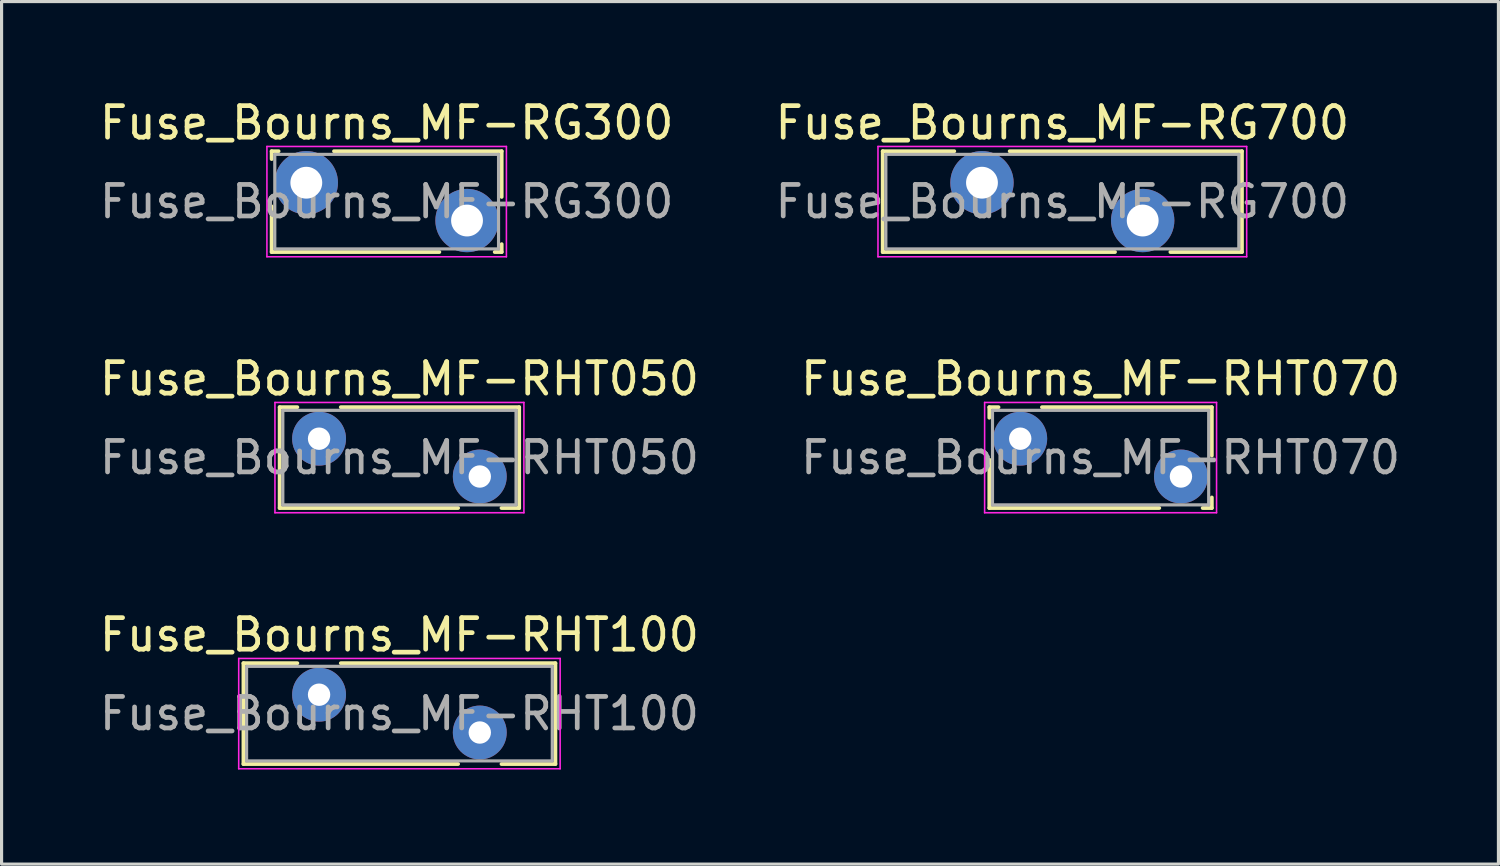
<source format=kicad_pcb>
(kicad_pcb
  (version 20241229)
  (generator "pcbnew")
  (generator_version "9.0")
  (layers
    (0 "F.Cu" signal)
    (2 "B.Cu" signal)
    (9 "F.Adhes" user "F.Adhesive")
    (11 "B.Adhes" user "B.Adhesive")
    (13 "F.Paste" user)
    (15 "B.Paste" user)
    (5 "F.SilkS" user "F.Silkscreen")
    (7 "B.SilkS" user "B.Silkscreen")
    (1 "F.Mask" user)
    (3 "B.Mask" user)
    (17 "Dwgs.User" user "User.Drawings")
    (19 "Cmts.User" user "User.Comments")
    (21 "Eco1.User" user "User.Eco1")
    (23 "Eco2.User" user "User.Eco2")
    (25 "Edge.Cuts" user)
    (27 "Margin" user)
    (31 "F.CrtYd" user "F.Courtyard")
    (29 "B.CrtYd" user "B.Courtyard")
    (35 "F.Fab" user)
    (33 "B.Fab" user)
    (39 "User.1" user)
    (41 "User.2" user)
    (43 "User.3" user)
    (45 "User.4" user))
  (footprint "Fuse_Bourns_MF-RHT050"
    (layer "F.Cu")
    (at 7.075 10.871)
    (property "Reference" "Fuse_Bourns_MF-RHT050" (at 2.55 -1.9 0) (layer "F.SilkS") (effects (font (size 1 1) (thickness 0.15))))
    (attr through_hole)
    (fp_line (start -1.251 -1) (end -1.251 2.2) (stroke (width 0.12) (type solid)) (layer "F.SilkS"))
    (fp_line (start -1.251 -1) (end -0.689 -1) (stroke (width 0.12) (type solid)) (layer "F.SilkS"))
    (fp_line (start -1.251 2.2) (end 4.412 2.2) (stroke (width 0.12) (type solid)) (layer "F.SilkS"))
    (fp_line (start 0.689 -1) (end 6.35 -1) (stroke (width 0.12) (type solid)) (layer "F.SilkS"))
    (fp_line (start 5.789 2.2) (end 6.35 2.2) (stroke (width 0.12) (type solid)) (layer "F.SilkS"))
    (fp_line (start 6.35 -1) (end 6.35 2.2) (stroke (width 0.12) (type solid)) (layer "F.SilkS"))
    (fp_line (start -1.4 -1.15) (end -1.4 2.35) (stroke (width 0.05) (type solid)) (layer "F.CrtYd"))
    (fp_line (start -1.4 2.35) (end 6.5 2.35) (stroke (width 0.05) (type solid)) (layer "F.CrtYd"))
    (fp_line (start 6.5 -1.15) (end -1.4 -1.15) (stroke (width 0.05) (type solid)) (layer "F.CrtYd"))
    (fp_line (start 6.5 2.35) (end 6.5 -1.15) (stroke (width 0.05) (type solid)) (layer "F.CrtYd"))
    (fp_line (start -1.15 -0.9) (end -1.15 2.1) (stroke (width 0.1) (type solid)) (layer "F.Fab"))
    (fp_line (start -1.15 2.1) (end 6.25 2.1) (stroke (width 0.1) (type solid)) (layer "F.Fab"))
    (fp_line (start 6.25 -0.9) (end -1.15 -0.9) (stroke (width 0.1) (type solid)) (layer "F.Fab"))
    (fp_line (start 6.25 2.1) (end 6.25 -0.9) (stroke (width 0.1) (type solid)) (layer "F.Fab"))
    (fp_text user "${REFERENCE}" (at 2.55 0.6 0) (layer "F.Fab") (effects (font (size 1 1) (thickness 0.15))))
    (pad "1" thru_hole circle (at 0 0) (size 1.71 1.71) (drill 0.71) (layers "*.Cu" "*.Mask"))
    (pad "2" thru_hole circle (at 5.1 1.2) (size 1.71 1.71) (drill 0.71) (layers "*.Cu" "*.Mask")))
  (footprint "Fuse_Bourns_MF-RG300"
    (layer "F.Cu")
    (at 6.67 2.748)
    (property "Reference" "Fuse_Bourns_MF-RG300" (at 2.55 -1.9 0) (layer "F.SilkS") (effects (font (size 1 1) (thickness 0.15))))
    (attr through_hole)
    (fp_line (start -1.1 -1) (end -1.1 -0.75) (stroke (width 0.12) (type solid)) (layer "F.SilkS"))
    (fp_line (start -1.1 -1) (end -0.879 -1) (stroke (width 0.12) (type solid)) (layer "F.SilkS"))
    (fp_line (start -1.1 0.75) (end -1.1 2.2) (stroke (width 0.12) (type solid)) (layer "F.SilkS"))
    (fp_line (start -1.1 2.2) (end 4.222 2.2) (stroke (width 0.12) (type solid)) (layer "F.SilkS"))
    (fp_line (start 0.879 -1) (end 6.2 -1) (stroke (width 0.12) (type solid)) (layer "F.SilkS"))
    (fp_line (start 5.979 2.2) (end 6.2 2.2) (stroke (width 0.12) (type solid)) (layer "F.SilkS"))
    (fp_line (start 6.2 -1) (end 6.2 0.451) (stroke (width 0.12) (type solid)) (layer "F.SilkS"))
    (fp_line (start 6.2 1.95) (end 6.2 2.2) (stroke (width 0.12) (type solid)) (layer "F.SilkS"))
    (fp_line (start -1.25 -1.15) (end -1.25 2.35) (stroke (width 0.05) (type solid)) (layer "F.CrtYd"))
    (fp_line (start -1.25 2.35) (end 6.35 2.35) (stroke (width 0.05) (type solid)) (layer "F.CrtYd"))
    (fp_line (start 6.35 -1.15) (end -1.25 -1.15) (stroke (width 0.05) (type solid)) (layer "F.CrtYd"))
    (fp_line (start 6.35 2.35) (end 6.35 -1.15) (stroke (width 0.05) (type solid)) (layer "F.CrtYd"))
    (fp_line (start -1 -0.9) (end -1 2.1) (stroke (width 0.1) (type solid)) (layer "F.Fab"))
    (fp_line (start -1 2.1) (end 6.1 2.1) (stroke (width 0.1) (type solid)) (layer "F.Fab"))
    (fp_line (start 6.1 -0.9) (end -1 -0.9) (stroke (width 0.1) (type solid)) (layer "F.Fab"))
    (fp_line (start 6.1 2.1) (end 6.1 -0.9) (stroke (width 0.1) (type solid)) (layer "F.Fab"))
    (fp_text user "${REFERENCE}" (at 2.55 0.6 0) (layer "F.Fab") (effects (font (size 1 1) (thickness 0.15))))
    (pad "1" thru_hole circle (at 0 0) (size 2.01 2.01) (drill 1.01) (layers "*.Cu" "*.Mask"))
    (pad "2" thru_hole circle (at 5.1 1.2) (size 2.01 2.01) (drill 1.01) (layers "*.Cu" "*.Mask")))
  (footprint "Fuse_Bourns_MF-RHT070"
    (layer "F.Cu")
    (at 29.325 10.871)
    (property "Reference" "Fuse_Bourns_MF-RHT070" (at 2.55 -1.9 0) (layer "F.SilkS") (effects (font (size 1 1) (thickness 0.15))))
    (attr through_hole)
    (fp_line (start -0.981 -1) (end -0.981 -0.665) (stroke (width 0.12) (type solid)) (layer "F.SilkS"))
    (fp_line (start -0.981 -1) (end -0.689 -1) (stroke (width 0.12) (type solid)) (layer "F.SilkS"))
    (fp_line (start -0.981 0.665) (end -0.981 2.2) (stroke (width 0.12) (type solid)) (layer "F.SilkS"))
    (fp_line (start -0.981 2.2) (end 4.412 2.2) (stroke (width 0.12) (type solid)) (layer "F.SilkS"))
    (fp_line (start 0.689 -1) (end 6.08 -1) (stroke (width 0.12) (type solid)) (layer "F.SilkS"))
    (fp_line (start 5.789 2.2) (end 6.08 2.2) (stroke (width 0.12) (type solid)) (layer "F.SilkS"))
    (fp_line (start 6.08 -1) (end 6.08 0.536) (stroke (width 0.12) (type solid)) (layer "F.SilkS"))
    (fp_line (start 6.08 1.865) (end 6.08 2.2) (stroke (width 0.12) (type solid)) (layer "F.SilkS"))
    (fp_line (start -1.13 -1.15) (end -1.13 2.35) (stroke (width 0.05) (type solid)) (layer "F.CrtYd"))
    (fp_line (start -1.13 2.35) (end 6.23 2.35) (stroke (width 0.05) (type solid)) (layer "F.CrtYd"))
    (fp_line (start 6.23 -1.15) (end -1.13 -1.15) (stroke (width 0.05) (type solid)) (layer "F.CrtYd"))
    (fp_line (start 6.23 2.35) (end 6.23 -1.15) (stroke (width 0.05) (type solid)) (layer "F.CrtYd"))
    (fp_line (start -0.88 -0.9) (end -0.88 2.1) (stroke (width 0.1) (type solid)) (layer "F.Fab"))
    (fp_line (start -0.88 2.1) (end 5.98 2.1) (stroke (width 0.1) (type solid)) (layer "F.Fab"))
    (fp_line (start 5.98 -0.9) (end -0.88 -0.9) (stroke (width 0.1) (type solid)) (layer "F.Fab"))
    (fp_line (start 5.98 2.1) (end 5.98 -0.9) (stroke (width 0.1) (type solid)) (layer "F.Fab"))
    (fp_text user "${REFERENCE}" (at 2.55 0.6 0) (layer "F.Fab") (effects (font (size 1 1) (thickness 0.15))))
    (pad "1" thru_hole circle (at 0 0) (size 1.71 1.71) (drill 0.71) (layers "*.Cu" "*.Mask"))
    (pad "2" thru_hole circle (at 5.1 1.2) (size 1.71 1.71) (drill 0.71) (layers "*.Cu" "*.Mask")))
  (footprint "Fuse_Bourns_MF-RG700"
    (layer "F.Cu")
    (at 28.111 2.748)
    (property "Reference" "Fuse_Bourns_MF-RG700" (at 2.55 -1.9 0) (layer "F.SilkS") (effects (font (size 1 1) (thickness 0.15))))
    (attr through_hole)
    (fp_line (start -3.15 -1) (end -3.15 2.2) (stroke (width 0.12) (type solid)) (layer "F.SilkS"))
    (fp_line (start -3.15 -1) (end -0.879 -1) (stroke (width 0.12) (type solid)) (layer "F.SilkS"))
    (fp_line (start -3.15 2.2) (end 4.222 2.2) (stroke (width 0.12) (type solid)) (layer "F.SilkS"))
    (fp_line (start 0.879 -1) (end 8.25 -1) (stroke (width 0.12) (type solid)) (layer "F.SilkS"))
    (fp_line (start 5.979 2.2) (end 8.25 2.2) (stroke (width 0.12) (type solid)) (layer "F.SilkS"))
    (fp_line (start 8.25 -1) (end 8.25 2.2) (stroke (width 0.12) (type solid)) (layer "F.SilkS"))
    (fp_line (start -3.3 -1.15) (end -3.3 2.35) (stroke (width 0.05) (type solid)) (layer "F.CrtYd"))
    (fp_line (start -3.3 2.35) (end 8.4 2.35) (stroke (width 0.05) (type solid)) (layer "F.CrtYd"))
    (fp_line (start 8.4 -1.15) (end -3.3 -1.15) (stroke (width 0.05) (type solid)) (layer "F.CrtYd"))
    (fp_line (start 8.4 2.35) (end 8.4 -1.15) (stroke (width 0.05) (type solid)) (layer "F.CrtYd"))
    (fp_line (start -3.05 -0.9) (end -3.05 2.1) (stroke (width 0.1) (type solid)) (layer "F.Fab"))
    (fp_line (start -3.05 2.1) (end 8.15 2.1) (stroke (width 0.1) (type solid)) (layer "F.Fab"))
    (fp_line (start 8.15 -0.9) (end -3.05 -0.9) (stroke (width 0.1) (type solid)) (layer "F.Fab"))
    (fp_line (start 8.15 2.1) (end 8.15 -0.9) (stroke (width 0.1) (type solid)) (layer "F.Fab"))
    (fp_text user "${REFERENCE}" (at 2.55 0.6 0) (layer "F.Fab") (effects (font (size 1 1) (thickness 0.15))))
    (pad "1" thru_hole circle (at 0 0) (size 2.01 2.01) (drill 1.01) (layers "*.Cu" "*.Mask"))
    (pad "2" thru_hole circle (at 5.1 1.2) (size 2.01 2.01) (drill 1.01) (layers "*.Cu" "*.Mask")))
  (footprint "Fuse_Bourns_MF-RHT100"
    (layer "F.Cu")
    (at 7.075 18.995)
    (property "Reference" "Fuse_Bourns_MF-RHT100" (at 2.55 -1.9 0) (layer "F.SilkS") (effects (font (size 1 1) (thickness 0.15))))
    (attr through_hole)
    (fp_line (start -2.4 -1) (end -2.4 2.2) (stroke (width 0.12) (type solid)) (layer "F.SilkS"))
    (fp_line (start -2.4 -1) (end -0.689 -1) (stroke (width 0.12) (type solid)) (layer "F.SilkS"))
    (fp_line (start -2.4 2.2) (end 4.412 2.2) (stroke (width 0.12) (type solid)) (layer "F.SilkS"))
    (fp_line (start 0.689 -1) (end 7.5 -1) (stroke (width 0.12) (type solid)) (layer "F.SilkS"))
    (fp_line (start 5.789 2.2) (end 7.5 2.2) (stroke (width 0.12) (type solid)) (layer "F.SilkS"))
    (fp_line (start 7.5 -1) (end 7.5 2.2) (stroke (width 0.12) (type solid)) (layer "F.SilkS"))
    (fp_line (start -2.55 -1.15) (end -2.55 2.35) (stroke (width 0.05) (type solid)) (layer "F.CrtYd"))
    (fp_line (start -2.55 2.35) (end 7.65 2.35) (stroke (width 0.05) (type solid)) (layer "F.CrtYd"))
    (fp_line (start 7.65 -1.15) (end -2.55 -1.15) (stroke (width 0.05) (type solid)) (layer "F.CrtYd"))
    (fp_line (start 7.65 2.35) (end 7.65 -1.15) (stroke (width 0.05) (type solid)) (layer "F.CrtYd"))
    (fp_line (start -2.3 -0.9) (end -2.3 2.1) (stroke (width 0.1) (type solid)) (layer "F.Fab"))
    (fp_line (start -2.3 2.1) (end 7.4 2.1) (stroke (width 0.1) (type solid)) (layer "F.Fab"))
    (fp_line (start 7.4 -0.9) (end -2.3 -0.9) (stroke (width 0.1) (type solid)) (layer "F.Fab"))
    (fp_line (start 7.4 2.1) (end 7.4 -0.9) (stroke (width 0.1) (type solid)) (layer "F.Fab"))
    (fp_text user "${REFERENCE}" (at 2.55 0.6 0) (layer "F.Fab") (effects (font (size 1 1) (thickness 0.15))))
    (pad "1" thru_hole circle (at 0 0) (size 1.71 1.71) (drill 0.71) (layers "*.Cu" "*.Mask"))
    (pad "2" thru_hole circle (at 5.1 1.2) (size 1.71 1.71) (drill 0.71) (layers "*.Cu" "*.Mask")))
  (gr_rect
    (start -3 -3)
    (end 44.5 24.37)
    (stroke (width 0.1) (type default))
    (fill no)
    (layer "Edge.Cuts")))
</source>
